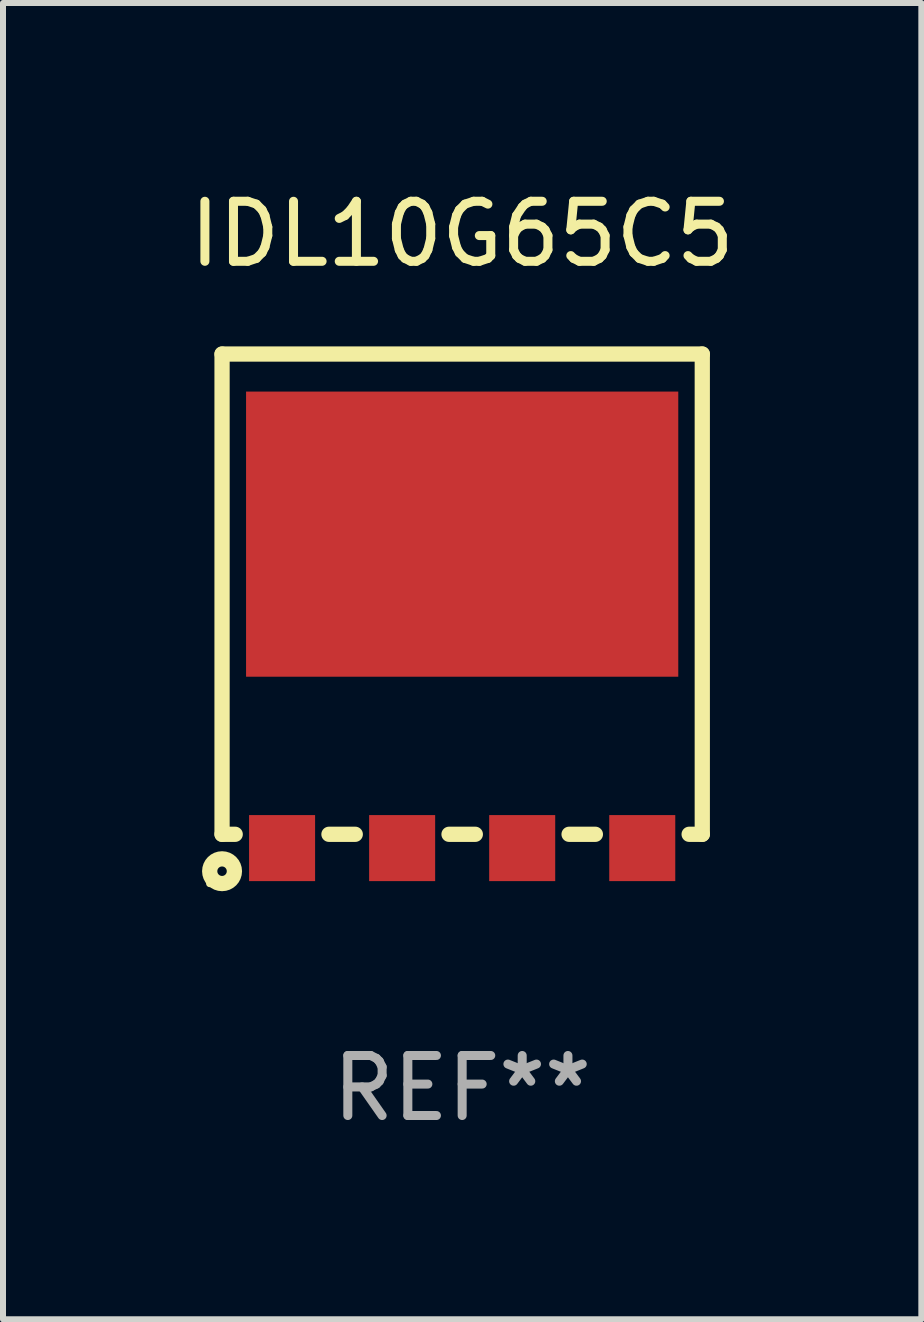
<source format=kicad_pcb>
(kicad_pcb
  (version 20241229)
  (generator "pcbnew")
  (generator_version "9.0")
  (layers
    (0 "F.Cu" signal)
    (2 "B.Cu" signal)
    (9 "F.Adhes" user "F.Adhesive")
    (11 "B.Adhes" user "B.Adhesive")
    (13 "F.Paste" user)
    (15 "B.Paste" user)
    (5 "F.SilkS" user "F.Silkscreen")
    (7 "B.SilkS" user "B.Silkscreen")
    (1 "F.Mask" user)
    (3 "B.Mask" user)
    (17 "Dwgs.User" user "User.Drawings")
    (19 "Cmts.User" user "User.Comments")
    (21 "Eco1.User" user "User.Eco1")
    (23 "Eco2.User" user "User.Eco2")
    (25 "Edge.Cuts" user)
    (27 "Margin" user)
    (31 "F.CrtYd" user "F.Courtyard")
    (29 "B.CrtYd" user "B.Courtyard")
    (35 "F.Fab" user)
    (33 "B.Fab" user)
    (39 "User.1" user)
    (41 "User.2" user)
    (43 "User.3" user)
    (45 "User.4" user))
  (footprint "IDL10G65C5"
    (layer "F.Cu")
    (at 4.649 6.963)
    (property "Reference" "IDL10G65C5" (at 0 -6.115 0) (layer "F.SilkS") (effects (font (size 1 1) (thickness 0.15))))
    (attr through_hole)
    (fp_line (start -4 -4.115) (end 4 -4.115) (stroke (width 0.254) (type solid)) (layer "F.SilkS"))
    (fp_line (start -4 3.885) (end -4 -4.115) (stroke (width 0.254) (type solid)) (layer "F.SilkS"))
    (fp_line (start -4 3.885) (end -3.781 3.885) (stroke (width 0.254) (type solid)) (layer "F.SilkS"))
    (fp_line (start -2.219 3.885) (end -1.781 3.885) (stroke (width 0.254) (type solid)) (layer "F.SilkS"))
    (fp_line (start -0.219 3.885) (end 0.219 3.885) (stroke (width 0.254) (type solid)) (layer "F.SilkS"))
    (fp_line (start 1.781 3.885) (end 2.219 3.885) (stroke (width 0.254) (type solid)) (layer "F.SilkS"))
    (fp_line (start 3.781 3.885) (end 4 3.885) (stroke (width 0.254) (type solid)) (layer "F.SilkS"))
    (fp_line (start 4 -4.115) (end 4 3.885) (stroke (width 0.254) (type solid)) (layer "F.SilkS"))
    (fp_circle (center -4.206 4.706) (end -4.176 4.706) (stroke (width 0.06) (type solid)) (fill no) (layer "F.SilkS"))
    (fp_circle (center -4 4.5) (end -3.921 4.5) (stroke (width 0.254) (type solid)) (fill no) (layer "F.SilkS"))
    (fp_text user "REF**" (at 0 8.115 0) (layer "F.Fab") (effects (font (size 1 1) (thickness 0.15))))
    (pad "1" smd rect (at -3 4.115) (size 1.1 1.1) (layers "F.Cu" "F.Mask" "F.Paste"))
    (pad "2" smd rect (at -1 4.115) (size 1.1 1.1) (layers "F.Cu" "F.Mask" "F.Paste"))
    (pad "3" smd rect (at 1 4.115) (size 1.1 1.1) (layers "F.Cu" "F.Mask" "F.Paste"))
    (pad "4" smd rect (at 3 4.115) (size 1.1 1.1) (layers "F.Cu" "F.Mask" "F.Paste"))
    (pad "5" smd rect (at 0 -1.115 90) (size 4.75 7.2) (layers "F.Cu" "F.Mask" "F.Paste")))
  (gr_rect
    (start -3 -3)
    (end 12.298 18.927)
    (stroke (width 0.1) (type default))
    (fill no)
    (layer "Edge.Cuts")))
</source>
